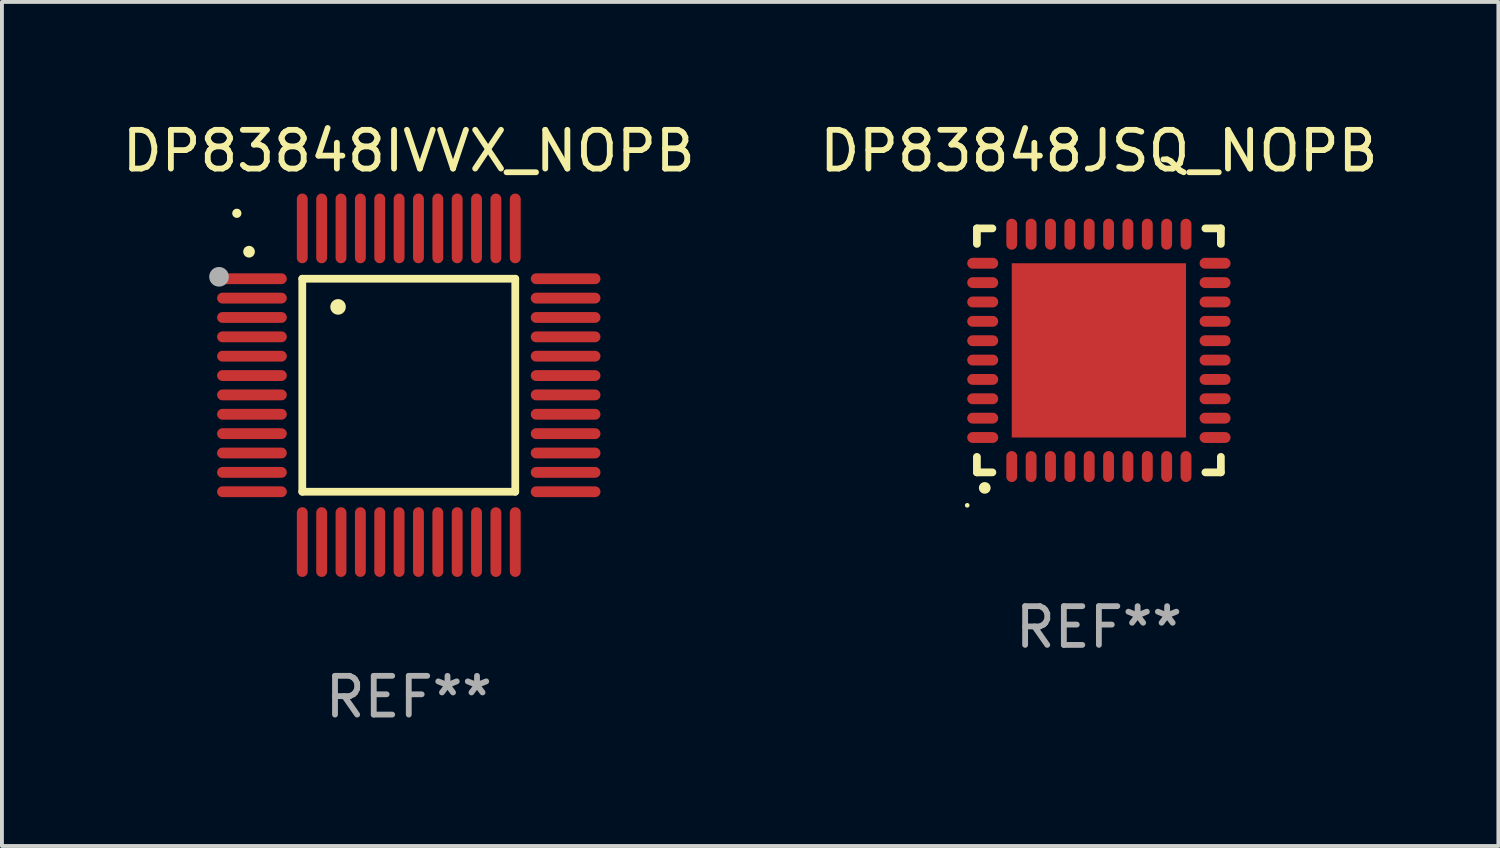
<source format=kicad_pcb>
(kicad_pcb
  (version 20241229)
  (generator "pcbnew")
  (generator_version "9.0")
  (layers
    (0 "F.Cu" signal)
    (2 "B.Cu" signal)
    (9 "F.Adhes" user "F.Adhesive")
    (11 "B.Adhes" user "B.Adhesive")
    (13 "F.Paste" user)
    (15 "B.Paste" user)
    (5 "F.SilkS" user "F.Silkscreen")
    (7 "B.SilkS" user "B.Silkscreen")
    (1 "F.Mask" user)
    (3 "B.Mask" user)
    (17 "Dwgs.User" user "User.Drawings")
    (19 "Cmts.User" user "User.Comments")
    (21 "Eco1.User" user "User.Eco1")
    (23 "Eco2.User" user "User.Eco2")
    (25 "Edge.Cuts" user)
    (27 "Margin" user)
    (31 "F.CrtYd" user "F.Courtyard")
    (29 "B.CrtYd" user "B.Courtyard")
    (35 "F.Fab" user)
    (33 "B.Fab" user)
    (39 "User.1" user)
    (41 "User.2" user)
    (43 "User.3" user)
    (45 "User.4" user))
  (footprint "DP83848JSQ_NOPB"
    (layer "F.Cu")
    (at 25.327 5.998)
    (property "Reference" "DP83848JSQ_NOPB" (at 0 -5.15 0) (layer "F.SilkS") (effects (font (size 1 1) (thickness 0.15))))
    (attr through_hole)
    (fp_line (start -3.15 -3.15) (end -2.75 -3.15) (stroke (width 0.2) (type solid)) (layer "F.SilkS"))
    (fp_line (start -3.15 -2.75) (end -3.15 -3.15) (stroke (width 0.2) (type solid)) (layer "F.SilkS"))
    (fp_line (start -3.15 3.15) (end -3.15 2.75) (stroke (width 0.2) (type solid)) (layer "F.SilkS"))
    (fp_line (start -2.75 3.15) (end -3.15 3.15) (stroke (width 0.2) (type solid)) (layer "F.SilkS"))
    (fp_line (start 3.15 -3.15) (end 2.75 -3.15) (stroke (width 0.2) (type solid)) (layer "F.SilkS"))
    (fp_line (start 3.15 -2.75) (end 3.15 -3.15) (stroke (width 0.2) (type solid)) (layer "F.SilkS"))
    (fp_line (start 3.15 2.75) (end 3.15 3.15) (stroke (width 0.2) (type solid)) (layer "F.SilkS"))
    (fp_line (start 3.15 3.15) (end 2.75 3.15) (stroke (width 0.2) (type solid)) (layer "F.SilkS"))
    (fp_arc (start -2.948946 3.550927) (mid -2.947676 3.550922) (end -2.946406 3.550927) (stroke (width 0.3) (type solid)) (layer "F.SilkS"))
    (fp_circle (center -3.4 4.001) (end -3.37 4.001) (stroke (width 0.06) (type solid)) (fill no) (layer "F.SilkS"))
    (fp_text user "REF**" (at 0 7.15 0) (layer "F.Fab") (effects (font (size 1 1) (thickness 0.15))))
    (pad "1" smd oval (at -2.25 3 180) (size 0.28 0.8) (layers "F.Cu" "F.Mask" "F.Paste"))
    (pad "2" smd oval (at -1.75 3 180) (size 0.28 0.8) (layers "F.Cu" "F.Mask" "F.Paste"))
    (pad "3" smd oval (at -1.25 3 180) (size 0.28 0.8) (layers "F.Cu" "F.Mask" "F.Paste"))
    (pad "4" smd oval (at -0.75 3 180) (size 0.28 0.8) (layers "F.Cu" "F.Mask" "F.Paste"))
    (pad "5" smd oval (at -0.25 3 180) (size 0.28 0.8) (layers "F.Cu" "F.Mask" "F.Paste"))
    (pad "6" smd oval (at 0.25 3 180) (size 0.28 0.8) (layers "F.Cu" "F.Mask" "F.Paste"))
    (pad "7" smd oval (at 0.75 3 180) (size 0.28 0.8) (layers "F.Cu" "F.Mask" "F.Paste"))
    (pad "8" smd oval (at 1.25 3 180) (size 0.28 0.8) (layers "F.Cu" "F.Mask" "F.Paste"))
    (pad "9" smd oval (at 1.75 3 180) (size 0.28 0.8) (layers "F.Cu" "F.Mask" "F.Paste"))
    (pad "10" smd oval (at 2.25 3 180) (size 0.28 0.8) (layers "F.Cu" "F.Mask" "F.Paste"))
    (pad "11" smd oval (at 3 2.25 90) (size 0.28 0.8) (layers "F.Cu" "F.Mask" "F.Paste"))
    (pad "12" smd oval (at 3 1.75 90) (size 0.28 0.8) (layers "F.Cu" "F.Mask" "F.Paste"))
    (pad "13" smd oval (at 3 1.25 90) (size 0.28 0.8) (layers "F.Cu" "F.Mask" "F.Paste"))
    (pad "14" smd oval (at 3 0.75 90) (size 0.28 0.8) (layers "F.Cu" "F.Mask" "F.Paste"))
    (pad "15" smd oval (at 3 0.25 90) (size 0.28 0.8) (layers "F.Cu" "F.Mask" "F.Paste"))
    (pad "16" smd oval (at 3 -0.25 90) (size 0.28 0.8) (layers "F.Cu" "F.Mask" "F.Paste"))
    (pad "17" smd oval (at 3 -0.75 90) (size 0.28 0.8) (layers "F.Cu" "F.Mask" "F.Paste"))
    (pad "18" smd oval (at 3 -1.25 90) (size 0.28 0.8) (layers "F.Cu" "F.Mask" "F.Paste"))
    (pad "19" smd oval (at 3 -1.75 90) (size 0.28 0.8) (layers "F.Cu" "F.Mask" "F.Paste"))
    (pad "20" smd oval (at 3 -2.25 90) (size 0.28 0.8) (layers "F.Cu" "F.Mask" "F.Paste"))
    (pad "21" smd oval (at 2.25 -3 180) (size 0.28 0.8) (layers "F.Cu" "F.Mask" "F.Paste"))
    (pad "22" smd oval (at 1.75 -3 180) (size 0.28 0.8) (layers "F.Cu" "F.Mask" "F.Paste"))
    (pad "23" smd oval (at 1.25 -3 180) (size 0.28 0.8) (layers "F.Cu" "F.Mask" "F.Paste"))
    (pad "24" smd oval (at 0.75 -3 180) (size 0.28 0.8) (layers "F.Cu" "F.Mask" "F.Paste"))
    (pad "25" smd oval (at 0.25 -3 180) (size 0.28 0.8) (layers "F.Cu" "F.Mask" "F.Paste"))
    (pad "26" smd oval (at -0.25 -3 180) (size 0.28 0.8) (layers "F.Cu" "F.Mask" "F.Paste"))
    (pad "27" smd oval (at -0.75 -3 180) (size 0.28 0.8) (layers "F.Cu" "F.Mask" "F.Paste"))
    (pad "28" smd oval (at -1.25 -3 180) (size 0.28 0.8) (layers "F.Cu" "F.Mask" "F.Paste"))
    (pad "29" smd oval (at -1.75 -3 180) (size 0.28 0.8) (layers "F.Cu" "F.Mask" "F.Paste"))
    (pad "30" smd oval (at -2.25 -3 180) (size 0.28 0.8) (layers "F.Cu" "F.Mask" "F.Paste"))
    (pad "31" smd oval (at -3 -2.25 90) (size 0.28 0.8) (layers "F.Cu" "F.Mask" "F.Paste"))
    (pad "32" smd oval (at -3 -1.75 90) (size 0.28 0.8) (layers "F.Cu" "F.Mask" "F.Paste"))
    (pad "33" smd oval (at -3 -1.25 90) (size 0.28 0.8) (layers "F.Cu" "F.Mask" "F.Paste"))
    (pad "34" smd oval (at -3 -0.75 90) (size 0.28 0.8) (layers "F.Cu" "F.Mask" "F.Paste"))
    (pad "35" smd oval (at -3 -0.25 90) (size 0.28 0.8) (layers "F.Cu" "F.Mask" "F.Paste"))
    (pad "36" smd oval (at -3 0.25 90) (size 0.28 0.8) (layers "F.Cu" "F.Mask" "F.Paste"))
    (pad "37" smd oval (at -3 0.75 90) (size 0.28 0.8) (layers "F.Cu" "F.Mask" "F.Paste"))
    (pad "38" smd oval (at -3 1.25 90) (size 0.28 0.8) (layers "F.Cu" "F.Mask" "F.Paste"))
    (pad "39" smd oval (at -3 1.75 90) (size 0.28 0.8) (layers "F.Cu" "F.Mask" "F.Paste"))
    (pad "40" smd oval (at -3 2.25 90) (size 0.28 0.8) (layers "F.Cu" "F.Mask" "F.Paste"))
    (pad "41" smd rect (at 0.000051 0.000051 90) (size 4.5 4.5) (layers "F.Cu" "F.Mask" "F.Paste")))
  (footprint "DP83848IVVX_NOPB"
    (layer "F.Cu")
    (at 7.506 6.898)
    (property "Reference" "DP83848IVVX_NOPB" (at 0 -6.05 0) (layer "F.SilkS") (effects (font (size 1 1) (thickness 0.15))))
    (attr through_hole)
    (fp_line (start -2.75 -2.75) (end 2.75 -2.75) (stroke (width 0.2) (type solid)) (layer "F.SilkS"))
    (fp_line (start -2.75 2.75) (end -2.75 -2.75) (stroke (width 0.2) (type solid)) (layer "F.SilkS"))
    (fp_line (start 2.75 -2.75) (end 2.75 2.75) (stroke (width 0.2) (type solid)) (layer "F.SilkS"))
    (fp_line (start 2.75 2.75) (end -2.75 2.75) (stroke (width 0.2) (type solid)) (layer "F.SilkS"))
    (fp_arc (start -4.124968 -3.446787) (mid -4.124973 -3.448057) (end -4.124968 -3.449327) (stroke (width 0.3) (type solid)) (layer "F.SilkS"))
    (fp_arc (start -1.826264 -2.021844) (mid -1.826268 -2.023114) (end -1.826264 -2.024384) (stroke (width 0.4) (type solid)) (layer "F.SilkS"))
    (fp_circle (center -4.44 -4.44) (end -4.38 -4.44) (stroke (width 0.12) (type solid)) (fill no) (layer "F.SilkS"))
    (fp_circle (center -4.9 -2.8) (end -4.773 -2.8) (stroke (width 0.254) (type solid)) (fill no) (layer "F.Fab"))
    (fp_text user "REF**" (at 0 8.05 0) (layer "F.Fab") (effects (font (size 1 1) (thickness 0.15))))
    (pad "1" smd oval (at -4.05 -2.75 90) (size 0.28 1.8) (layers "F.Cu" "F.Mask" "F.Paste"))
    (pad "2" smd oval (at -4.05 -2.25 90) (size 0.28 1.8) (layers "F.Cu" "F.Mask" "F.Paste"))
    (pad "3" smd oval (at -4.05 -1.75 90) (size 0.28 1.8) (layers "F.Cu" "F.Mask" "F.Paste"))
    (pad "4" smd oval (at -4.05 -1.25 90) (size 0.28 1.8) (layers "F.Cu" "F.Mask" "F.Paste"))
    (pad "5" smd oval (at -4.05 -0.75 90) (size 0.28 1.8) (layers "F.Cu" "F.Mask" "F.Paste"))
    (pad "6" smd oval (at -4.05 -0.25 90) (size 0.28 1.8) (layers "F.Cu" "F.Mask" "F.Paste"))
    (pad "7" smd oval (at -4.05 0.25 90) (size 0.28 1.8) (layers "F.Cu" "F.Mask" "F.Paste"))
    (pad "8" smd oval (at -4.05 0.75 90) (size 0.28 1.8) (layers "F.Cu" "F.Mask" "F.Paste"))
    (pad "9" smd oval (at -4.05 1.25 90) (size 0.28 1.8) (layers "F.Cu" "F.Mask" "F.Paste"))
    (pad "10" smd oval (at -4.05 1.75 90) (size 0.28 1.8) (layers "F.Cu" "F.Mask" "F.Paste"))
    (pad "11" smd oval (at -4.05 2.25 90) (size 0.28 1.8) (layers "F.Cu" "F.Mask" "F.Paste"))
    (pad "12" smd oval (at -4.05 2.75 90) (size 0.28 1.8) (layers "F.Cu" "F.Mask" "F.Paste"))
    (pad "13" smd oval (at -2.75 4.05) (size 0.28 1.8) (layers "F.Cu" "F.Mask" "F.Paste"))
    (pad "14" smd oval (at -2.25 4.05) (size 0.28 1.8) (layers "F.Cu" "F.Mask" "F.Paste"))
    (pad "15" smd oval (at -1.75 4.05) (size 0.28 1.8) (layers "F.Cu" "F.Mask" "F.Paste"))
    (pad "16" smd oval (at -1.25 4.05) (size 0.28 1.8) (layers "F.Cu" "F.Mask" "F.Paste"))
    (pad "17" smd oval (at -0.75 4.05) (size 0.28 1.8) (layers "F.Cu" "F.Mask" "F.Paste"))
    (pad "18" smd oval (at -0.25 4.05) (size 0.28 1.8) (layers "F.Cu" "F.Mask" "F.Paste"))
    (pad "19" smd oval (at 0.25 4.05) (size 0.28 1.8) (layers "F.Cu" "F.Mask" "F.Paste"))
    (pad "20" smd oval (at 0.75 4.05) (size 0.28 1.8) (layers "F.Cu" "F.Mask" "F.Paste"))
    (pad "21" smd oval (at 1.25 4.05) (size 0.28 1.8) (layers "F.Cu" "F.Mask" "F.Paste"))
    (pad "22" smd oval (at 1.75 4.05) (size 0.28 1.8) (layers "F.Cu" "F.Mask" "F.Paste"))
    (pad "23" smd oval (at 2.25 4.05) (size 0.28 1.8) (layers "F.Cu" "F.Mask" "F.Paste"))
    (pad "24" smd oval (at 2.75 4.05) (size 0.28 1.8) (layers "F.Cu" "F.Mask" "F.Paste"))
    (pad "25" smd oval (at 4.05 2.75 90) (size 0.28 1.8) (layers "F.Cu" "F.Mask" "F.Paste"))
    (pad "26" smd oval (at 4.05 2.25 90) (size 0.28 1.8) (layers "F.Cu" "F.Mask" "F.Paste"))
    (pad "27" smd oval (at 4.05 1.75 90) (size 0.28 1.8) (layers "F.Cu" "F.Mask" "F.Paste"))
    (pad "28" smd oval (at 4.05 1.25 90) (size 0.28 1.8) (layers "F.Cu" "F.Mask" "F.Paste"))
    (pad "29" smd oval (at 4.05 0.75 90) (size 0.28 1.8) (layers "F.Cu" "F.Mask" "F.Paste"))
    (pad "30" smd oval (at 4.05 0.25 90) (size 0.28 1.8) (layers "F.Cu" "F.Mask" "F.Paste"))
    (pad "31" smd oval (at 4.05 -0.25 90) (size 0.28 1.8) (layers "F.Cu" "F.Mask" "F.Paste"))
    (pad "32" smd oval (at 4.05 -0.75 90) (size 0.28 1.8) (layers "F.Cu" "F.Mask" "F.Paste"))
    (pad "33" smd oval (at 4.05 -1.25 90) (size 0.28 1.8) (layers "F.Cu" "F.Mask" "F.Paste"))
    (pad "34" smd oval (at 4.05 -1.75 90) (size 0.28 1.8) (layers "F.Cu" "F.Mask" "F.Paste"))
    (pad "35" smd oval (at 4.05 -2.25 90) (size 0.28 1.8) (layers "F.Cu" "F.Mask" "F.Paste"))
    (pad "36" smd oval (at 4.05 -2.75 90) (size 0.28 1.8) (layers "F.Cu" "F.Mask" "F.Paste"))
    (pad "37" smd oval (at 2.75 -4.05) (size 0.28 1.8) (layers "F.Cu" "F.Mask" "F.Paste"))
    (pad "38" smd oval (at 2.25 -4.05) (size 0.28 1.8) (layers "F.Cu" "F.Mask" "F.Paste"))
    (pad "39" smd oval (at 1.75 -4.05) (size 0.28 1.8) (layers "F.Cu" "F.Mask" "F.Paste"))
    (pad "40" smd oval (at 1.25 -4.05) (size 0.28 1.8) (layers "F.Cu" "F.Mask" "F.Paste"))
    (pad "41" smd oval (at 0.75 -4.05) (size 0.28 1.8) (layers "F.Cu" "F.Mask" "F.Paste"))
    (pad "42" smd oval (at 0.25 -4.05) (size 0.28 1.8) (layers "F.Cu" "F.Mask" "F.Paste"))
    (pad "43" smd oval (at -0.25 -4.05) (size 0.28 1.8) (layers "F.Cu" "F.Mask" "F.Paste"))
    (pad "44" smd oval (at -0.75 -4.05) (size 0.28 1.8) (layers "F.Cu" "F.Mask" "F.Paste"))
    (pad "45" smd oval (at -1.25 -4.05) (size 0.28 1.8) (layers "F.Cu" "F.Mask" "F.Paste"))
    (pad "46" smd oval (at -1.75 -4.05) (size 0.28 1.8) (layers "F.Cu" "F.Mask" "F.Paste"))
    (pad "47" smd oval (at -2.25 -4.05) (size 0.28 1.8) (layers "F.Cu" "F.Mask" "F.Paste"))
    (pad "48" smd oval (at -2.75 -4.05) (size 0.28 1.8) (layers "F.Cu" "F.Mask" "F.Paste")))
  (gr_rect
    (start -3 -3)
    (end 35.643 18.797)
    (stroke (width 0.1) (type default))
    (fill no)
    (layer "Edge.Cuts")))
</source>
